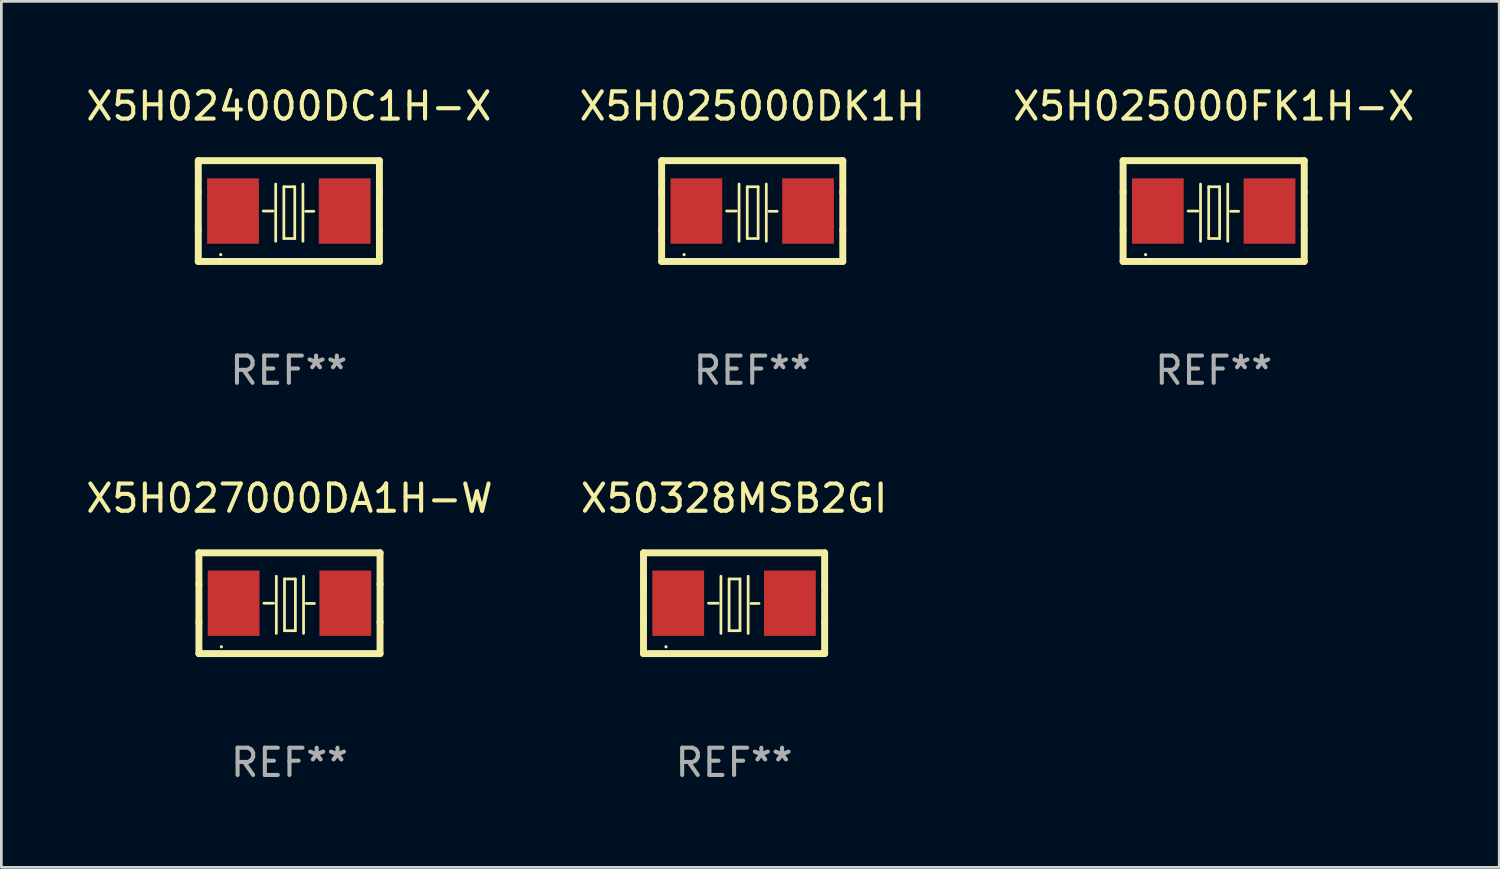
<source format=kicad_pcb>
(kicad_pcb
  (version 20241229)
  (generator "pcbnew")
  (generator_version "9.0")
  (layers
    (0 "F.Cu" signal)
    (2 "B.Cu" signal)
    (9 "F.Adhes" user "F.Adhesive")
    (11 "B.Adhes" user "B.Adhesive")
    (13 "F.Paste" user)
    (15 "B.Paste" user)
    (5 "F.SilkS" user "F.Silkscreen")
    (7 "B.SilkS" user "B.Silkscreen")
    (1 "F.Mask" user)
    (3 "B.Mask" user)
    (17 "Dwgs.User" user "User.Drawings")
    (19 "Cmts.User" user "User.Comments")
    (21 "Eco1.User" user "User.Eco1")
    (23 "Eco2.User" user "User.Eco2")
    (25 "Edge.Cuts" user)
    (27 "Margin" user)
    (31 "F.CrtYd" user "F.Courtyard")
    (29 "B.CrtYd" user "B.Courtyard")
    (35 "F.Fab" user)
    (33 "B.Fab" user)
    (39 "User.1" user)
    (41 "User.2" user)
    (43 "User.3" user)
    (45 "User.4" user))
  (footprint "X50328MSB2GI"
    (layer "F.Cu")
    (at 23.899 19.095)
    (property "Reference" "X50328MSB2GI" (at 0 -3.85 0) (layer "F.SilkS") (effects (font (size 1 1) (thickness 0.15))))
    (attr through_hole)
    (fp_line (start -3.325 0.7) (end -3.325 -0.7) (stroke (width 0.254) (type solid)) (layer "F.SilkS"))
    (fp_line (start -3.325 -1.85) (end 3.325 -1.85) (stroke (width 0.254) (type solid)) (layer "F.SilkS"))
    (fp_line (start -3.325 -0.7) (end -3.325 -1.85) (stroke (width 0.254) (type solid)) (layer "F.SilkS"))
    (fp_line (start -3.325 1.85) (end -3.325 0.7) (stroke (width 0.254) (type solid)) (layer "F.SilkS"))
    (fp_line (start -0.94 -0.000127) (end -0.584 -0.000127) (stroke (width 0.1) (type solid)) (layer "F.SilkS"))
    (fp_line (start -0.483 -0.991) (end -0.483 1.109) (stroke (width 0.1) (type solid)) (layer "F.SilkS"))
    (fp_line (start -0.183 -0.891) (end -0.183 1.009) (stroke (width 0.1) (type solid)) (layer "F.SilkS"))
    (fp_line (start -0.183 1.009) (end 0.217 1.009) (stroke (width 0.1) (type solid)) (layer "F.SilkS"))
    (fp_line (start 0.217 -0.891) (end -0.183 -0.891) (stroke (width 0.1) (type solid)) (layer "F.SilkS"))
    (fp_line (start 0.217 1.009) (end 0.217 -0.891) (stroke (width 0.1) (type solid)) (layer "F.SilkS"))
    (fp_line (start 0.517 -0.991) (end 0.517 1.109) (stroke (width 0.1) (type solid)) (layer "F.SilkS"))
    (fp_line (start 0.617 0.009) (end 0.917 0.009) (stroke (width 0.1) (type solid)) (layer "F.SilkS"))
    (fp_line (start 3.325 -1.85) (end 3.325 -0.7) (stroke (width 0.254) (type solid)) (layer "F.SilkS"))
    (fp_line (start 3.325 0.7) (end 3.325 1.85) (stroke (width 0.254) (type solid)) (layer "F.SilkS"))
    (fp_line (start 3.325 1.85) (end -3.325 1.85) (stroke (width 0.254) (type solid)) (layer "F.SilkS"))
    (fp_line (start 3.325 -0.7) (end 3.325 0.7) (stroke (width 0.254) (type solid)) (layer "F.SilkS"))
    (fp_circle (center -2.5 1.6) (end -2.47 1.6) (stroke (width 0.06) (type solid)) (fill no) (layer "F.SilkS"))
    (fp_text user "REF**" (at 0 5.85 0) (layer "F.Fab") (effects (font (size 1 1) (thickness 0.15))))
    (pad "1" smd rect (at -2.05 -0.000127) (size 1.9 2.4) (layers "F.Cu" "F.Mask" "F.Paste"))
    (pad "2" smd rect (at 2.05 -0.000127) (size 1.9 2.4) (layers "F.Cu" "F.Mask" "F.Paste")))
  (footprint "X5H024000DC1H-X"
    (layer "F.Cu")
    (at 7.554 4.698)
    (property "Reference" "X5H024000DC1H-X" (at 0 -3.85 0) (layer "F.SilkS") (effects (font (size 1 1) (thickness 0.15))))
    (attr through_hole)
    (fp_line (start -3.325 0.7) (end -3.325 -0.7) (stroke (width 0.254) (type solid)) (layer "F.SilkS"))
    (fp_line (start -3.325 -1.85) (end 3.325 -1.85) (stroke (width 0.254) (type solid)) (layer "F.SilkS"))
    (fp_line (start -3.325 -0.7) (end -3.325 -1.85) (stroke (width 0.254) (type solid)) (layer "F.SilkS"))
    (fp_line (start -3.325 1.85) (end -3.325 0.7) (stroke (width 0.254) (type solid)) (layer "F.SilkS"))
    (fp_line (start -0.94 -0.000127) (end -0.584 -0.000127) (stroke (width 0.1) (type solid)) (layer "F.SilkS"))
    (fp_line (start -0.483 -0.991) (end -0.483 1.109) (stroke (width 0.1) (type solid)) (layer "F.SilkS"))
    (fp_line (start -0.183 -0.891) (end -0.183 1.009) (stroke (width 0.1) (type solid)) (layer "F.SilkS"))
    (fp_line (start -0.183 1.009) (end 0.217 1.009) (stroke (width 0.1) (type solid)) (layer "F.SilkS"))
    (fp_line (start 0.217 -0.891) (end -0.183 -0.891) (stroke (width 0.1) (type solid)) (layer "F.SilkS"))
    (fp_line (start 0.217 1.009) (end 0.217 -0.891) (stroke (width 0.1) (type solid)) (layer "F.SilkS"))
    (fp_line (start 0.517 -0.991) (end 0.517 1.109) (stroke (width 0.1) (type solid)) (layer "F.SilkS"))
    (fp_line (start 0.617 0.009) (end 0.917 0.009) (stroke (width 0.1) (type solid)) (layer "F.SilkS"))
    (fp_line (start 3.325 -1.85) (end 3.325 -0.7) (stroke (width 0.254) (type solid)) (layer "F.SilkS"))
    (fp_line (start 3.325 0.7) (end 3.325 1.85) (stroke (width 0.254) (type solid)) (layer "F.SilkS"))
    (fp_line (start 3.325 1.85) (end -3.325 1.85) (stroke (width 0.254) (type solid)) (layer "F.SilkS"))
    (fp_line (start 3.325 -0.7) (end 3.325 0.7) (stroke (width 0.254) (type solid)) (layer "F.SilkS"))
    (fp_circle (center -2.5 1.6) (end -2.47 1.6) (stroke (width 0.06) (type solid)) (fill no) (layer "F.SilkS"))
    (fp_text user "REF**" (at 0 5.85 0) (layer "F.Fab") (effects (font (size 1 1) (thickness 0.15))))
    (pad "1" smd rect (at -2.05 -0.000127) (size 1.9 2.4) (layers "F.Cu" "F.Mask" "F.Paste"))
    (pad "2" smd rect (at 2.05 -0.000127) (size 1.9 2.4) (layers "F.Cu" "F.Mask" "F.Paste")))
  (footprint "X5H025000FK1H-X"
    (layer "F.Cu")
    (at 41.506 4.698)
    (property "Reference" "X5H025000FK1H-X" (at 0 -3.85 0) (layer "F.SilkS") (effects (font (size 1 1) (thickness 0.15))))
    (attr through_hole)
    (fp_line (start -3.325 0.7) (end -3.325 -0.7) (stroke (width 0.254) (type solid)) (layer "F.SilkS"))
    (fp_line (start -3.325 -1.85) (end 3.325 -1.85) (stroke (width 0.254) (type solid)) (layer "F.SilkS"))
    (fp_line (start -3.325 -0.7) (end -3.325 -1.85) (stroke (width 0.254) (type solid)) (layer "F.SilkS"))
    (fp_line (start -3.325 1.85) (end -3.325 0.7) (stroke (width 0.254) (type solid)) (layer "F.SilkS"))
    (fp_line (start -0.94 -0.000127) (end -0.584 -0.000127) (stroke (width 0.1) (type solid)) (layer "F.SilkS"))
    (fp_line (start -0.483 -0.991) (end -0.483 1.109) (stroke (width 0.1) (type solid)) (layer "F.SilkS"))
    (fp_line (start -0.183 -0.891) (end -0.183 1.009) (stroke (width 0.1) (type solid)) (layer "F.SilkS"))
    (fp_line (start -0.183 1.009) (end 0.217 1.009) (stroke (width 0.1) (type solid)) (layer "F.SilkS"))
    (fp_line (start 0.217 -0.891) (end -0.183 -0.891) (stroke (width 0.1) (type solid)) (layer "F.SilkS"))
    (fp_line (start 0.217 1.009) (end 0.217 -0.891) (stroke (width 0.1) (type solid)) (layer "F.SilkS"))
    (fp_line (start 0.517 -0.991) (end 0.517 1.109) (stroke (width 0.1) (type solid)) (layer "F.SilkS"))
    (fp_line (start 0.617 0.009) (end 0.917 0.009) (stroke (width 0.1) (type solid)) (layer "F.SilkS"))
    (fp_line (start 3.325 -1.85) (end 3.325 -0.7) (stroke (width 0.254) (type solid)) (layer "F.SilkS"))
    (fp_line (start 3.325 0.7) (end 3.325 1.85) (stroke (width 0.254) (type solid)) (layer "F.SilkS"))
    (fp_line (start 3.325 1.85) (end -3.325 1.85) (stroke (width 0.254) (type solid)) (layer "F.SilkS"))
    (fp_line (start 3.325 -0.7) (end 3.325 0.7) (stroke (width 0.254) (type solid)) (layer "F.SilkS"))
    (fp_circle (center -2.5 1.6) (end -2.47 1.6) (stroke (width 0.06) (type solid)) (fill no) (layer "F.SilkS"))
    (fp_text user "REF**" (at 0 5.85 0) (layer "F.Fab") (effects (font (size 1 1) (thickness 0.15))))
    (pad "1" smd rect (at -2.05 -0.000127) (size 1.9 2.4) (layers "F.Cu" "F.Mask" "F.Paste"))
    (pad "2" smd rect (at 2.05 -0.000127) (size 1.9 2.4) (layers "F.Cu" "F.Mask" "F.Paste")))
  (footprint "X5H025000DK1H"
    (layer "F.Cu")
    (at 24.565 4.698)
    (property "Reference" "X5H025000DK1H" (at 0 -3.85 0) (layer "F.SilkS") (effects (font (size 1 1) (thickness 0.15))))
    (attr through_hole)
    (fp_line (start -3.325 0.7) (end -3.325 -0.7) (stroke (width 0.254) (type solid)) (layer "F.SilkS"))
    (fp_line (start -3.325 -1.85) (end 3.325 -1.85) (stroke (width 0.254) (type solid)) (layer "F.SilkS"))
    (fp_line (start -3.325 -0.7) (end -3.325 -1.85) (stroke (width 0.254) (type solid)) (layer "F.SilkS"))
    (fp_line (start -3.325 1.85) (end -3.325 0.7) (stroke (width 0.254) (type solid)) (layer "F.SilkS"))
    (fp_line (start -0.94 -0.000127) (end -0.584 -0.000127) (stroke (width 0.1) (type solid)) (layer "F.SilkS"))
    (fp_line (start -0.483 -0.991) (end -0.483 1.109) (stroke (width 0.1) (type solid)) (layer "F.SilkS"))
    (fp_line (start -0.183 -0.891) (end -0.183 1.009) (stroke (width 0.1) (type solid)) (layer "F.SilkS"))
    (fp_line (start -0.183 1.009) (end 0.217 1.009) (stroke (width 0.1) (type solid)) (layer "F.SilkS"))
    (fp_line (start 0.217 -0.891) (end -0.183 -0.891) (stroke (width 0.1) (type solid)) (layer "F.SilkS"))
    (fp_line (start 0.217 1.009) (end 0.217 -0.891) (stroke (width 0.1) (type solid)) (layer "F.SilkS"))
    (fp_line (start 0.517 -0.991) (end 0.517 1.109) (stroke (width 0.1) (type solid)) (layer "F.SilkS"))
    (fp_line (start 0.617 0.009) (end 0.917 0.009) (stroke (width 0.1) (type solid)) (layer "F.SilkS"))
    (fp_line (start 3.325 -1.85) (end 3.325 -0.7) (stroke (width 0.254) (type solid)) (layer "F.SilkS"))
    (fp_line (start 3.325 0.7) (end 3.325 1.85) (stroke (width 0.254) (type solid)) (layer "F.SilkS"))
    (fp_line (start 3.325 1.85) (end -3.325 1.85) (stroke (width 0.254) (type solid)) (layer "F.SilkS"))
    (fp_line (start 3.325 -0.7) (end 3.325 0.7) (stroke (width 0.254) (type solid)) (layer "F.SilkS"))
    (fp_circle (center -2.5 1.6) (end -2.47 1.6) (stroke (width 0.06) (type solid)) (fill no) (layer "F.SilkS"))
    (fp_text user "REF**" (at 0 5.85 0) (layer "F.Fab") (effects (font (size 1 1) (thickness 0.15))))
    (pad "1" smd rect (at -2.05 -0.000127) (size 1.9 2.4) (layers "F.Cu" "F.Mask" "F.Paste"))
    (pad "2" smd rect (at 2.05 -0.000127) (size 1.9 2.4) (layers "F.Cu" "F.Mask" "F.Paste")))
  (footprint "X5H027000DA1H-W"
    (layer "F.Cu")
    (at 7.577 19.095)
    (property "Reference" "X5H027000DA1H-W" (at 0 -3.85 0) (layer "F.SilkS") (effects (font (size 1 1) (thickness 0.15))))
    (attr through_hole)
    (fp_line (start -3.325 0.7) (end -3.325 -0.7) (stroke (width 0.254) (type solid)) (layer "F.SilkS"))
    (fp_line (start -3.325 -1.85) (end 3.325 -1.85) (stroke (width 0.254) (type solid)) (layer "F.SilkS"))
    (fp_line (start -3.325 -0.7) (end -3.325 -1.85) (stroke (width 0.254) (type solid)) (layer "F.SilkS"))
    (fp_line (start -3.325 1.85) (end -3.325 0.7) (stroke (width 0.254) (type solid)) (layer "F.SilkS"))
    (fp_line (start -0.94 -0.000127) (end -0.584 -0.000127) (stroke (width 0.1) (type solid)) (layer "F.SilkS"))
    (fp_line (start -0.483 -0.991) (end -0.483 1.109) (stroke (width 0.1) (type solid)) (layer "F.SilkS"))
    (fp_line (start -0.183 -0.891) (end -0.183 1.009) (stroke (width 0.1) (type solid)) (layer "F.SilkS"))
    (fp_line (start -0.183 1.009) (end 0.217 1.009) (stroke (width 0.1) (type solid)) (layer "F.SilkS"))
    (fp_line (start 0.217 -0.891) (end -0.183 -0.891) (stroke (width 0.1) (type solid)) (layer "F.SilkS"))
    (fp_line (start 0.217 1.009) (end 0.217 -0.891) (stroke (width 0.1) (type solid)) (layer "F.SilkS"))
    (fp_line (start 0.517 -0.991) (end 0.517 1.109) (stroke (width 0.1) (type solid)) (layer "F.SilkS"))
    (fp_line (start 0.617 0.009) (end 0.917 0.009) (stroke (width 0.1) (type solid)) (layer "F.SilkS"))
    (fp_line (start 3.325 -1.85) (end 3.325 -0.7) (stroke (width 0.254) (type solid)) (layer "F.SilkS"))
    (fp_line (start 3.325 0.7) (end 3.325 1.85) (stroke (width 0.254) (type solid)) (layer "F.SilkS"))
    (fp_line (start 3.325 1.85) (end -3.325 1.85) (stroke (width 0.254) (type solid)) (layer "F.SilkS"))
    (fp_line (start 3.325 -0.7) (end 3.325 0.7) (stroke (width 0.254) (type solid)) (layer "F.SilkS"))
    (fp_circle (center -2.5 1.6) (end -2.47 1.6) (stroke (width 0.06) (type solid)) (fill no) (layer "F.SilkS"))
    (fp_text user "REF**" (at 0 5.85 0) (layer "F.Fab") (effects (font (size 1 1) (thickness 0.15))))
    (pad "1" smd rect (at -2.05 -0.000203) (size 1.9 2.4) (layers "F.Cu" "F.Mask" "F.Paste"))
    (pad "2" smd rect (at 2.05 -0.000203) (size 1.9 2.4) (layers "F.Cu" "F.Mask" "F.Paste")))
  (gr_rect
    (start -3 -3)
    (end 51.988 28.793)
    (stroke (width 0.1) (type default))
    (fill no)
    (layer "Edge.Cuts")))
</source>
